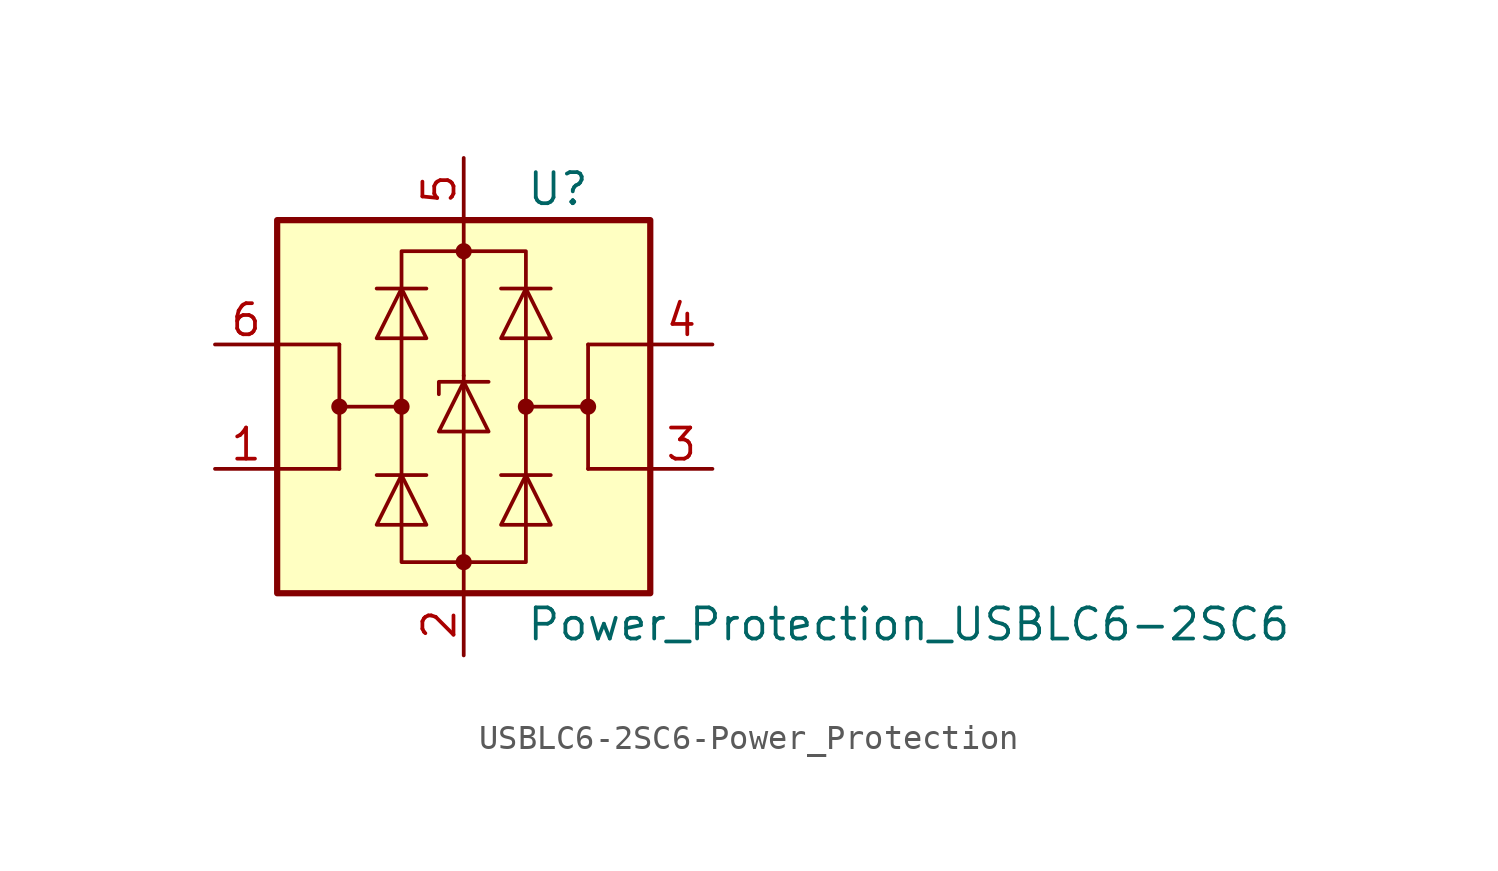
<source format=kicad_sym>
(kicad_symbol_lib
  (version 20231120)
  (generator "kicad_symbol_editor")
  (generator_version "8.0")
  (symbol "USBLC6-2SC6-Power_Protection"
    (pin_names hide)
    (property "Reference" "U"
      (at 2.54 8.89 0)
      (effects (font (size 1.27 1.27)) (justify left)))
    (property "Value" "Power_Protection_USBLC6-2SC6"
      (at 2.54 -8.89 0)
      (effects (font (size 1.27 1.27)) (justify left)))
    (symbol "USBLC6-2SC6-Power_Protection_0_1"
      (rectangle (start -7.62 -7.62) (end 7.62 7.62) (stroke (width 0.254) (type solid)) (fill (type background)))
      (circle (center -5.08 0) (radius 0.254) (stroke (width 0) (type solid)) (fill (type outline)))
      (circle (center -2.54 0) (radius 0.254) (stroke (width 0) (type solid)) (fill (type outline)))
      (rectangle (start -2.54 6.35) (end 2.54 -6.35) (stroke (width 0) (type solid)) (fill (type none)))
      (circle (center 0 -6.35) (radius 0.254) (stroke (width 0) (type solid)) (fill (type outline)))
      (polyline (pts (xy -5.08 -2.54) (xy -7.62 -2.54)) (stroke (width 0) (type solid)) (fill (type none)))
      (polyline (pts (xy -5.08 0) (xy -5.08 -2.54)) (stroke (width 0) (type solid)) (fill (type none)))
      (polyline (pts (xy -5.08 2.54) (xy -7.62 2.54)) (stroke (width 0) (type solid)) (fill (type none)))
      (polyline (pts (xy -1.524 -2.794) (xy -3.556 -2.794)) (stroke (width 0) (type solid)) (fill (type none)))
      (polyline (pts (xy -1.524 4.826) (xy -3.556 4.826)) (stroke (width 0) (type solid)) (fill (type none)))
      (polyline (pts (xy 0 -7.62) (xy 0 -6.35)) (stroke (width 0) (type solid)) (fill (type none)))
      (polyline (pts (xy 0 -6.35) (xy 0 1.27)) (stroke (width 0) (type solid)) (fill (type none)))
      (polyline (pts (xy 0 1.27) (xy 0 6.35)) (stroke (width 0) (type solid)) (fill (type none)))
      (polyline (pts (xy 0 6.35) (xy 0 7.62)) (stroke (width 0) (type solid)) (fill (type none)))
      (polyline (pts (xy 1.524 -2.794) (xy 3.556 -2.794)) (stroke (width 0) (type solid)) (fill (type none)))
      (polyline (pts (xy 1.524 4.826) (xy 3.556 4.826)) (stroke (width 0) (type solid)) (fill (type none)))
      (polyline (pts (xy 5.08 -2.54) (xy 7.62 -2.54)) (stroke (width 0) (type solid)) (fill (type none)))
      (polyline (pts (xy 5.08 0) (xy 5.08 -2.54)) (stroke (width 0) (type solid)) (fill (type none)))
      (polyline (pts (xy 5.08 2.54) (xy 7.62 2.54)) (stroke (width 0) (type solid)) (fill (type none)))
      (polyline (pts (xy -2.54 0) (xy -5.08 0) (xy -5.08 2.54)) (stroke (width 0) (type solid)) (fill (type none)))
      (polyline (pts (xy 2.54 0) (xy 5.08 0) (xy 5.08 2.54)) (stroke (width 0) (type solid)) (fill (type none)))
      (polyline (pts (xy -3.556 -4.826) (xy -1.524 -4.826) (xy -2.54 -2.794) (xy -3.556 -4.826)) (stroke (width 0) (type solid)) (fill (type none)))
      (polyline (pts (xy -3.556 2.794) (xy -1.524 2.794) (xy -2.54 4.826) (xy -3.556 2.794)) (stroke (width 0) (type solid)) (fill (type none)))
      (polyline (pts (xy -1.016 -1.016) (xy 1.016 -1.016) (xy 0 1.016) (xy -1.016 -1.016)) (stroke (width 0) (type solid)) (fill (type none)))
      (polyline (pts (xy 1.016 1.016) (xy 0.762 1.016) (xy -1.016 1.016) (xy -1.016 0.508)) (stroke (width 0) (type solid)) (fill (type none)))
      (polyline (pts (xy 3.556 -4.826) (xy 1.524 -4.826) (xy 2.54 -2.794) (xy 3.556 -4.826)) (stroke (width 0) (type solid)) (fill (type none)))
      (polyline (pts (xy 3.556 2.794) (xy 1.524 2.794) (xy 2.54 4.826) (xy 3.556 2.794)) (stroke (width 0) (type solid)) (fill (type none)))
      (circle (center 0 6.35) (radius 0.254) (stroke (width 0) (type solid)) (fill (type outline)))
      (circle (center 2.54 0) (radius 0.254) (stroke (width 0) (type solid)) (fill (type outline)))
      (circle (center 5.08 0) (radius 0.254) (stroke (width 0) (type solid)) (fill (type outline))))
    (symbol "USBLC6-2SC6-Power_Protection_1_1"
      (pin passive line (at -10.16 -2.54 0) (length 2.54) (name "I/O1" (effects (font (size 1.27 1.27)))) (number "1" (effects (font (size 1.27 1.27)))))
      (pin passive line (at 0 -10.16 90) (length 2.54) (name "GND" (effects (font (size 1.27 1.27)))) (number "2" (effects (font (size 1.27 1.27)))))
      (pin passive line (at 10.16 -2.54 180) (length 2.54) (name "I/O2" (effects (font (size 1.27 1.27)))) (number "3" (effects (font (size 1.27 1.27)))))
      (pin passive line (at 10.16 2.54 180) (length 2.54) (name "I/O2" (effects (font (size 1.27 1.27)))) (number "4" (effects (font (size 1.27 1.27)))))
      (pin passive line (at 0 10.16 270) (length 2.54) (name "VBUS" (effects (font (size 1.27 1.27)))) (number "5" (effects (font (size 1.27 1.27)))))
      (pin passive line (at -10.16 2.54 0) (length 2.54) (name "I/O1" (effects (font (size 1.27 1.27)))) (number "6" (effects (font (size 1.27 1.27))))))))
</source>
